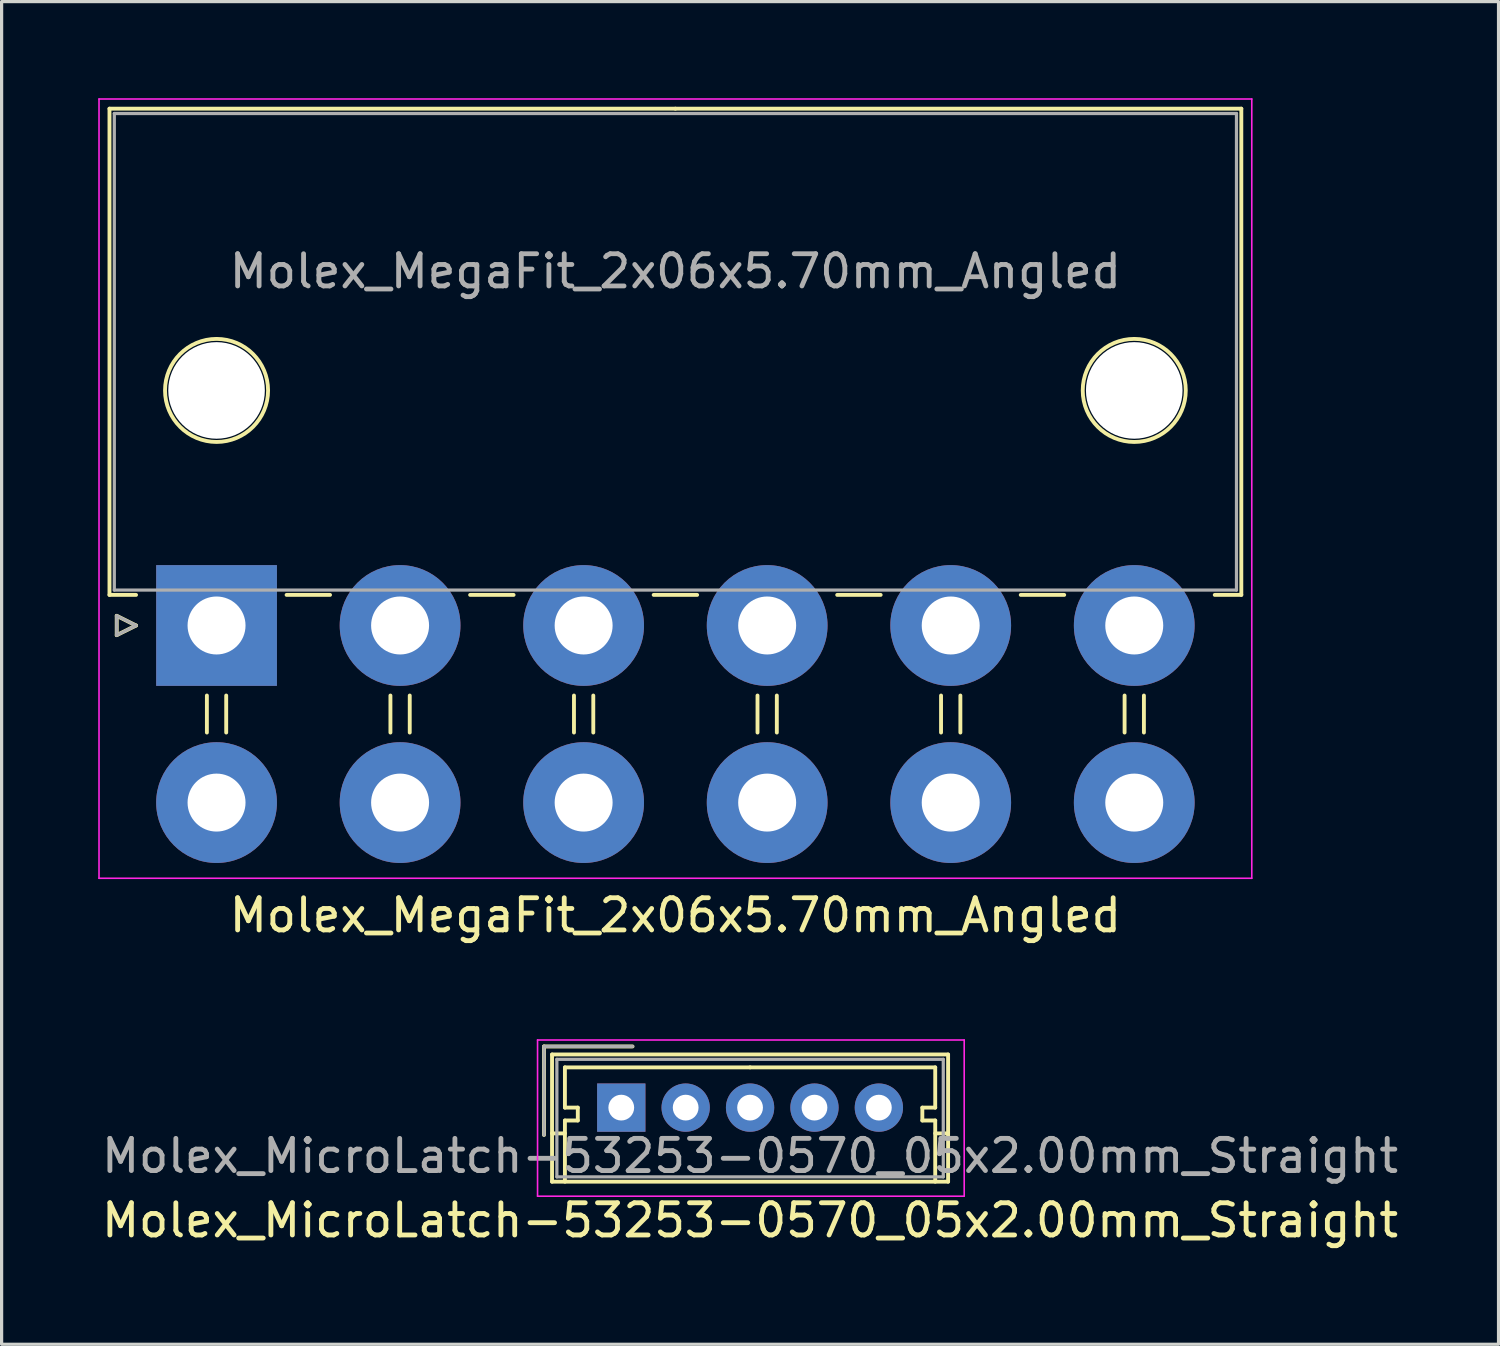
<source format=kicad_pcb>
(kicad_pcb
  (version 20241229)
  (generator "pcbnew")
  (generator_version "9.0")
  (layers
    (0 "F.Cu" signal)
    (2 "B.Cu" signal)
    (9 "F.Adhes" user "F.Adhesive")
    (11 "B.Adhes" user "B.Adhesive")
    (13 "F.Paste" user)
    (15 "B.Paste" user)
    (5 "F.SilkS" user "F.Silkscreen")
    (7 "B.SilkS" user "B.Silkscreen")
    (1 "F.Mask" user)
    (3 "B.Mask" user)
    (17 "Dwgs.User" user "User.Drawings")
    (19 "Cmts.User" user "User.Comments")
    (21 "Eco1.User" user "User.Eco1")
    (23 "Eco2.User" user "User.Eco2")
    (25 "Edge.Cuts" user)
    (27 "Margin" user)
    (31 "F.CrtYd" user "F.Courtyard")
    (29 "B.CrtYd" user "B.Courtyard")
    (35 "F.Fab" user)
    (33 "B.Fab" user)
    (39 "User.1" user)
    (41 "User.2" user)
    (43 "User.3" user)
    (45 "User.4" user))
  (footprint "Molex_MicroLatch-53253-0570_05x2.00mm_Straight"
    (layer "F.Cu")
    (at 16.244 31.348)
    (property "Reference" "Molex_MicroLatch-53253-0570_05x2.00mm_Straight" (at 4 3.5 0) (layer "F.SilkS") (effects (font (size 1 1) (thickness 0.15))))
    (attr through_hole)
    (fp_line (start -2.4 -1.9) (end -2.4 0.85) (stroke (width 0.12) (type solid)) (layer "F.SilkS"))
    (fp_line (start -2.15 -1.65) (end -2.15 2.3) (stroke (width 0.12) (type solid)) (layer "F.SilkS"))
    (fp_line (start -2.15 0.8) (end -1.75 0.8) (stroke (width 0.12) (type solid)) (layer "F.SilkS"))
    (fp_line (start -2.15 2.3) (end 10.15 2.3) (stroke (width 0.12) (type solid)) (layer "F.SilkS"))
    (fp_line (start -1.75 -1.25) (end -1.75 0) (stroke (width 0.12) (type solid)) (layer "F.SilkS"))
    (fp_line (start -1.75 0) (end -1.35 0) (stroke (width 0.12) (type solid)) (layer "F.SilkS"))
    (fp_line (start -1.75 0.4) (end -1.75 2.3) (stroke (width 0.12) (type solid)) (layer "F.SilkS"))
    (fp_line (start -1.35 0) (end -1.35 0.4) (stroke (width 0.12) (type solid)) (layer "F.SilkS"))
    (fp_line (start -1.35 0.4) (end -1.75 0.4) (stroke (width 0.12) (type solid)) (layer "F.SilkS"))
    (fp_line (start 0.35 -1.9) (end -2.4 -1.9) (stroke (width 0.12) (type solid)) (layer "F.SilkS"))
    (fp_line (start 4 -1.25) (end -1.75 -1.25) (stroke (width 0.12) (type solid)) (layer "F.SilkS"))
    (fp_line (start 4 -1.25) (end 9.75 -1.25) (stroke (width 0.12) (type solid)) (layer "F.SilkS"))
    (fp_line (start 9.35 0) (end 9.35 0.4) (stroke (width 0.12) (type solid)) (layer "F.SilkS"))
    (fp_line (start 9.35 0.4) (end 9.75 0.4) (stroke (width 0.12) (type solid)) (layer "F.SilkS"))
    (fp_line (start 9.75 -1.25) (end 9.75 0) (stroke (width 0.12) (type solid)) (layer "F.SilkS"))
    (fp_line (start 9.75 0) (end 9.35 0) (stroke (width 0.12) (type solid)) (layer "F.SilkS"))
    (fp_line (start 9.75 0.4) (end 9.75 2.3) (stroke (width 0.12) (type solid)) (layer "F.SilkS"))
    (fp_line (start 10.15 -1.65) (end -2.15 -1.65) (stroke (width 0.12) (type solid)) (layer "F.SilkS"))
    (fp_line (start 10.15 0.8) (end 9.75 0.8) (stroke (width 0.12) (type solid)) (layer "F.SilkS"))
    (fp_line (start 10.15 2.3) (end 10.15 -1.65) (stroke (width 0.12) (type solid)) (layer "F.SilkS"))
    (fp_line (start -2.6 -2.1) (end -2.6 2.75) (stroke (width 0.05) (type solid)) (layer "F.CrtYd"))
    (fp_line (start -2.6 2.75) (end 10.65 2.75) (stroke (width 0.05) (type solid)) (layer "F.CrtYd"))
    (fp_line (start 10.65 -2.1) (end -2.6 -2.1) (stroke (width 0.05) (type solid)) (layer "F.CrtYd"))
    (fp_line (start 10.65 2.75) (end 10.65 -2.1) (stroke (width 0.05) (type solid)) (layer "F.CrtYd"))
    (fp_line (start -2.4 -1.9) (end -2.4 0.85) (stroke (width 0.1) (type solid)) (layer "F.Fab"))
    (fp_line (start -2 -1.5) (end -2 2.15) (stroke (width 0.1) (type solid)) (layer "F.Fab"))
    (fp_line (start -2 2.15) (end 10 2.15) (stroke (width 0.1) (type solid)) (layer "F.Fab"))
    (fp_line (start 0.35 -1.9) (end -2.4 -1.9) (stroke (width 0.1) (type solid)) (layer "F.Fab"))
    (fp_line (start 10 -1.5) (end -2 -1.5) (stroke (width 0.1) (type solid)) (layer "F.Fab"))
    (fp_line (start 10 2.15) (end 10 -1.5) (stroke (width 0.1) (type solid)) (layer "F.Fab"))
    (fp_text user "${REFERENCE}" (at 4 1.5 0) (layer "F.Fab") (effects (font (size 1 1) (thickness 0.15))))
    (pad "1" thru_hole rect (at 0 0) (size 1.5 1.5) (drill 0.8) (layers "*.Cu" "*.Mask"))
    (pad "2" thru_hole circle (at 2 0) (size 1.5 1.5) (drill 0.8) (layers "*.Cu" "*.Mask"))
    (pad "3" thru_hole circle (at 4 0) (size 1.5 1.5) (drill 0.8) (layers "*.Cu" "*.Mask"))
    (pad "4" thru_hole circle (at 6 0) (size 1.5 1.5) (drill 0.8) (layers "*.Cu" "*.Mask"))
    (pad "5" thru_hole circle (at 8 0) (size 1.5 1.5) (drill 0.8) (layers "*.Cu" "*.Mask")))
  (footprint "Molex_MegaFit_2x06x5.70mm_Angled"
    (layer "F.Cu")
    (at 3.675 16.375)
    (property "Reference" "Molex_MegaFit_2x06x5.70mm_Angled" (at 14.25 9 0) (layer "F.SilkS") (effects (font (size 1 1) (thickness 0.15))))
    (attr through_hole)
    (fp_line (start -3.325 -16.05) (end -3.325 -0.95) (stroke (width 0.12) (type solid)) (layer "F.SilkS"))
    (fp_line (start -3.325 -0.95) (end -2.5 -0.95) (stroke (width 0.12) (type solid)) (layer "F.SilkS"))
    (fp_line (start -3.1 -0.3) (end -2.5 0) (stroke (width 0.12) (type solid)) (layer "F.SilkS"))
    (fp_line (start -3.1 0.3) (end -3.1 -0.3) (stroke (width 0.12) (type solid)) (layer "F.SilkS"))
    (fp_line (start -2.5 0) (end -3.1 0.3) (stroke (width 0.12) (type solid)) (layer "F.SilkS"))
    (fp_line (start -0.3 2.175) (end -0.3 3.325) (stroke (width 0.12) (type solid)) (layer "F.SilkS"))
    (fp_line (start 0.3 2.175) (end 0.3 3.325) (stroke (width 0.12) (type solid)) (layer "F.SilkS"))
    (fp_line (start 2.175 -0.95) (end 3.525 -0.95) (stroke (width 0.12) (type solid)) (layer "F.SilkS"))
    (fp_line (start 5.4 2.175) (end 5.4 3.325) (stroke (width 0.12) (type solid)) (layer "F.SilkS"))
    (fp_line (start 6 2.175) (end 6 3.325) (stroke (width 0.12) (type solid)) (layer "F.SilkS"))
    (fp_line (start 7.875 -0.95) (end 9.225 -0.95) (stroke (width 0.12) (type solid)) (layer "F.SilkS"))
    (fp_line (start 11.1 2.175) (end 11.1 3.325) (stroke (width 0.12) (type solid)) (layer "F.SilkS"))
    (fp_line (start 11.7 2.175) (end 11.7 3.325) (stroke (width 0.12) (type solid)) (layer "F.SilkS"))
    (fp_line (start 13.575 -0.95) (end 14.925 -0.95) (stroke (width 0.12) (type solid)) (layer "F.SilkS"))
    (fp_line (start 14.25 -16.05) (end -3.325 -16.05) (stroke (width 0.12) (type solid)) (layer "F.SilkS"))
    (fp_line (start 14.25 -16.05) (end 31.825 -16.05) (stroke (width 0.12) (type solid)) (layer "F.SilkS"))
    (fp_line (start 16.8 2.175) (end 16.8 3.325) (stroke (width 0.12) (type solid)) (layer "F.SilkS"))
    (fp_line (start 17.4 2.175) (end 17.4 3.325) (stroke (width 0.12) (type solid)) (layer "F.SilkS"))
    (fp_line (start 19.275 -0.95) (end 20.625 -0.95) (stroke (width 0.12) (type solid)) (layer "F.SilkS"))
    (fp_line (start 22.5 2.175) (end 22.5 3.325) (stroke (width 0.12) (type solid)) (layer "F.SilkS"))
    (fp_line (start 23.1 2.175) (end 23.1 3.325) (stroke (width 0.12) (type solid)) (layer "F.SilkS"))
    (fp_line (start 24.975 -0.95) (end 26.325 -0.95) (stroke (width 0.12) (type solid)) (layer "F.SilkS"))
    (fp_line (start 28.2 2.175) (end 28.2 3.325) (stroke (width 0.12) (type solid)) (layer "F.SilkS"))
    (fp_line (start 28.8 2.175) (end 28.8 3.325) (stroke (width 0.12) (type solid)) (layer "F.SilkS"))
    (fp_line (start 31.825 -16.05) (end 31.825 -0.95) (stroke (width 0.12) (type solid)) (layer "F.SilkS"))
    (fp_line (start 31.825 -0.95) (end 31 -0.95) (stroke (width 0.12) (type solid)) (layer "F.SilkS"))
    (fp_circle (center 0 -7.3) (end 1.6 -7.3) (stroke (width 0.12) (type solid)) (fill no) (layer "F.SilkS"))
    (fp_circle (center 28.5 -7.3) (end 30.1 -7.3) (stroke (width 0.12) (type solid)) (fill no) (layer "F.SilkS"))
    (fp_line (start -3.65 -16.35) (end -3.65 7.85) (stroke (width 0.05) (type solid)) (layer "F.CrtYd"))
    (fp_line (start -3.65 7.85) (end 32.15 7.85) (stroke (width 0.05) (type solid)) (layer "F.CrtYd"))
    (fp_line (start 32.15 -16.35) (end -3.65 -16.35) (stroke (width 0.05) (type solid)) (layer "F.CrtYd"))
    (fp_line (start 32.15 7.85) (end 32.15 -16.35) (stroke (width 0.05) (type solid)) (layer "F.CrtYd"))
    (fp_line (start -3.175 -15.9) (end -3.175 -1.1) (stroke (width 0.1) (type solid)) (layer "F.Fab"))
    (fp_line (start -3.175 -1.1) (end 31.675 -1.1) (stroke (width 0.1) (type solid)) (layer "F.Fab"))
    (fp_line (start -3.1 -0.3) (end -2.5 0) (stroke (width 0.1) (type solid)) (layer "F.Fab"))
    (fp_line (start -3.1 0.3) (end -3.1 -0.3) (stroke (width 0.1) (type solid)) (layer "F.Fab"))
    (fp_line (start -2.5 0) (end -3.1 0.3) (stroke (width 0.1) (type solid)) (layer "F.Fab"))
    (fp_line (start 31.675 -15.9) (end -3.175 -15.9) (stroke (width 0.1) (type solid)) (layer "F.Fab"))
    (fp_line (start 31.675 -1.1) (end 31.675 -15.9) (stroke (width 0.1) (type solid)) (layer "F.Fab"))
    (fp_text user "${REFERENCE}" (at 14.25 -11 0) (layer "F.Fab") (effects (font (size 1 1) (thickness 0.15))))
    (pad "" np_thru_hole circle (at 0 -7.3) (size 3 3) (drill 3) (layers "*.Cu" "*.Mask"))
    (pad "" np_thru_hole circle (at 28.5 -7.3) (size 3 3) (drill 3) (layers "*.Cu" "*.Mask"))
    (pad "1" thru_hole rect (at 0 0) (size 3.75 3.75) (drill 1.8) (layers "*.Cu" "*.Mask"))
    (pad "2" thru_hole circle (at 5.7 0) (size 3.75 3.75) (drill 1.8) (layers "*.Cu" "*.Mask"))
    (pad "3" thru_hole circle (at 11.4 0) (size 3.75 3.75) (drill 1.8) (layers "*.Cu" "*.Mask"))
    (pad "4" thru_hole circle (at 17.1 0) (size 3.75 3.75) (drill 1.8) (layers "*.Cu" "*.Mask"))
    (pad "5" thru_hole circle (at 22.8 0) (size 3.75 3.75) (drill 1.8) (layers "*.Cu" "*.Mask"))
    (pad "6" thru_hole circle (at 28.5 0) (size 3.75 3.75) (drill 1.8) (layers "*.Cu" "*.Mask"))
    (pad "7" thru_hole circle (at 0 5.5) (size 3.75 3.75) (drill 1.8) (layers "*.Cu" "*.Mask"))
    (pad "8" thru_hole circle (at 5.7 5.5) (size 3.75 3.75) (drill 1.8) (layers "*.Cu" "*.Mask"))
    (pad "9" thru_hole circle (at 11.4 5.5) (size 3.75 3.75) (drill 1.8) (layers "*.Cu" "*.Mask"))
    (pad "10" thru_hole circle (at 17.1 5.5) (size 3.75 3.75) (drill 1.8) (layers "*.Cu" "*.Mask"))
    (pad "11" thru_hole circle (at 22.8 5.5) (size 3.75 3.75) (drill 1.8) (layers "*.Cu" "*.Mask"))
    (pad "12" thru_hole circle (at 28.5 5.5) (size 3.75 3.75) (drill 1.8) (layers "*.Cu" "*.Mask")))
  (gr_rect
    (start -3 -3)
    (end 43.488 38.697)
    (stroke (width 0.1) (type default))
    (fill no)
    (layer "Edge.Cuts")))
</source>
